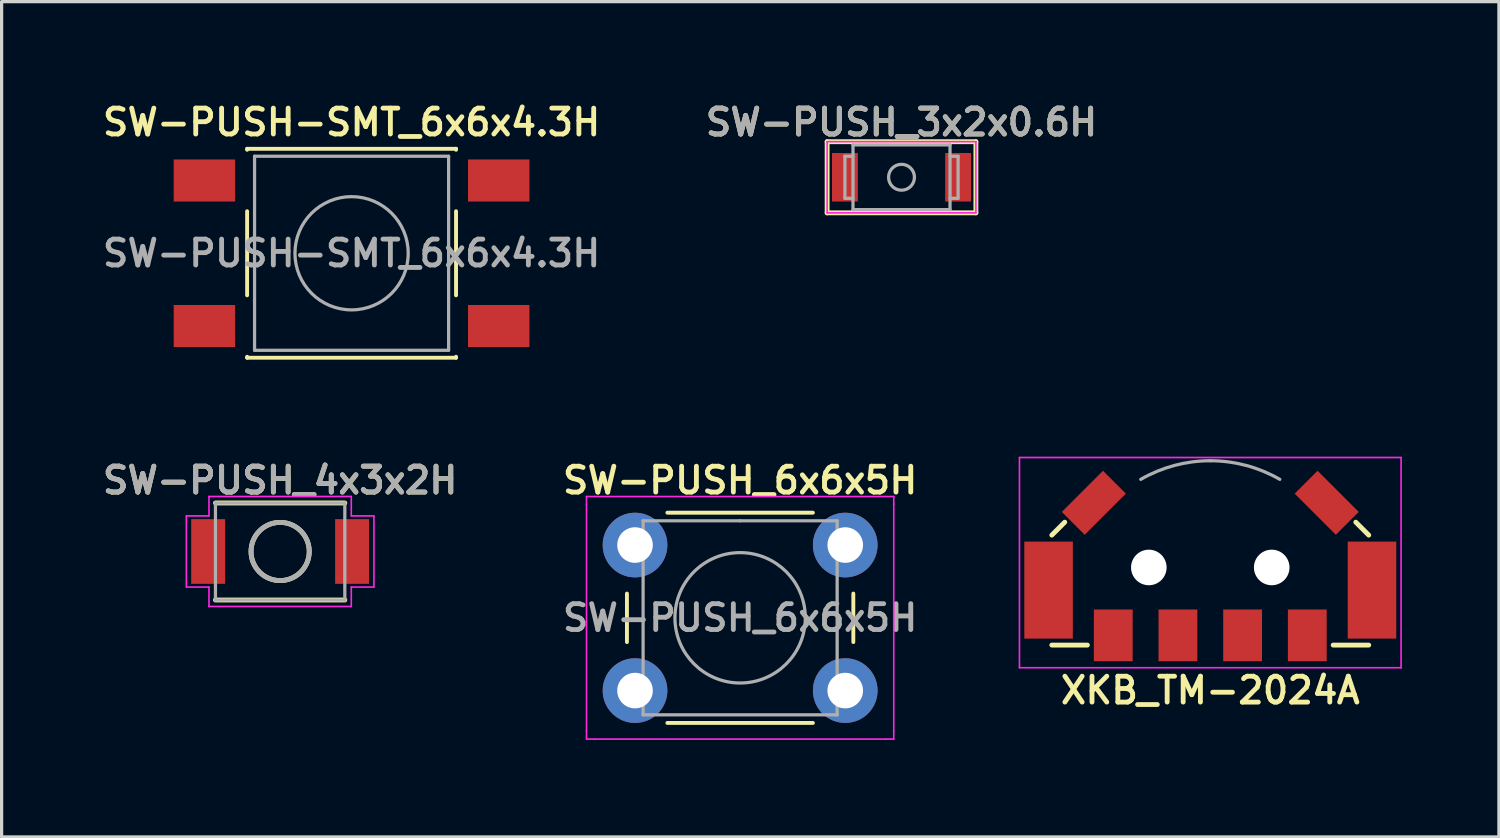
<source format=kicad_pcb>
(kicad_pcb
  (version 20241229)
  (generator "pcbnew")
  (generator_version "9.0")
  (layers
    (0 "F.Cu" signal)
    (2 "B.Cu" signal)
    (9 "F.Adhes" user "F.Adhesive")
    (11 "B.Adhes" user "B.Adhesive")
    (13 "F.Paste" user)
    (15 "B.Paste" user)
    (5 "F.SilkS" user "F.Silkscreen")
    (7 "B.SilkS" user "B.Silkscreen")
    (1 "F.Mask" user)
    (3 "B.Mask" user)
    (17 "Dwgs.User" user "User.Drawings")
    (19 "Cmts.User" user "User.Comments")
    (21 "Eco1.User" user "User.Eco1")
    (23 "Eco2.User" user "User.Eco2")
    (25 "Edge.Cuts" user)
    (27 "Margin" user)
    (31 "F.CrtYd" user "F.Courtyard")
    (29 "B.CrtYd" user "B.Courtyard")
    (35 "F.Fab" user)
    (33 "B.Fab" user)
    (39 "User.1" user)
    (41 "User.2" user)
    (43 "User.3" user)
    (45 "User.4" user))
  (footprint "SW-PUSH_3x2x0.6H"
    (layer "F.Cu")
    (at 24.825 2.431)
    (property "Reference" "SW-PUSH_3x2x0.6H" (at 0 -1.7 0) (layer "F.SilkS") (effects (font (size 0.8 0.8) (thickness 0.15))))
    (attr smd)
    (fp_line (start -2.3 -1.1) (end 2.3 -1.1) (stroke (width 0.15) (type solid)) (layer "F.SilkS"))
    (fp_line (start -2.3 1.1) (end -2.3 -1.1) (stroke (width 0.15) (type solid)) (layer "F.SilkS"))
    (fp_line (start 2.3 -1.1) (end 2.3 1.1) (stroke (width 0.15) (type solid)) (layer "F.SilkS"))
    (fp_line (start 2.3 1.1) (end -2.3 1.1) (stroke (width 0.15) (type solid)) (layer "F.SilkS"))
    (fp_line (start -2.3 -1.1) (end 2.3 -1.1) (stroke (width 0.05) (type solid)) (layer "F.CrtYd"))
    (fp_line (start -2.3 1.1) (end -2.3 -1.1) (stroke (width 0.05) (type solid)) (layer "F.CrtYd"))
    (fp_line (start 2.3 -1.1) (end 2.3 1.1) (stroke (width 0.05) (type solid)) (layer "F.CrtYd"))
    (fp_line (start 2.3 1.1) (end -2.3 1.1) (stroke (width 0.05) (type solid)) (layer "F.CrtYd"))
    (fp_line (start -1.75 -0.65) (end -1.75 0.65) (stroke (width 0.1) (type solid)) (layer "F.Fab"))
    (fp_line (start -1.75 0.65) (end -1.5 0.65) (stroke (width 0.1) (type solid)) (layer "F.Fab"))
    (fp_line (start -1.5 -1) (end 1.5 -1) (stroke (width 0.1) (type solid)) (layer "F.Fab"))
    (fp_line (start -1.5 -0.65) (end -1.75 -0.65) (stroke (width 0.1) (type solid)) (layer "F.Fab"))
    (fp_line (start -1.5 1) (end -1.5 -1) (stroke (width 0.1) (type solid)) (layer "F.Fab"))
    (fp_line (start 1.5 -1) (end 1.5 1) (stroke (width 0.1) (type solid)) (layer "F.Fab"))
    (fp_line (start 1.5 -0.65) (end 1.75 -0.65) (stroke (width 0.1) (type solid)) (layer "F.Fab"))
    (fp_line (start 1.5 1) (end -1.5 1) (stroke (width 0.1) (type solid)) (layer "F.Fab"))
    (fp_line (start 1.75 -0.65) (end 1.75 0.65) (stroke (width 0.1) (type solid)) (layer "F.Fab"))
    (fp_line (start 1.75 0.65) (end 1.5 0.65) (stroke (width 0.1) (type solid)) (layer "F.Fab"))
    (fp_circle (center 0 0) (end 0 -0.4) (stroke (width 0.1) (type solid)) (fill no) (layer "F.Fab"))
    (fp_text user "${REFERENCE}" (at 0 -1.7 0) (layer "F.Fab") (effects (font (size 0.8 0.8) (thickness 0.15))))
    (pad "1" smd rect (at -1.625 0) (size 0.8 1.5) (drill (offset -0.125 0)) (layers "F.Cu" "F.Mask" "F.Paste"))
    (pad "2" smd rect (at 1.625 0) (size 0.8 1.5) (drill (offset 0.125 0)) (layers "F.Cu" "F.Mask" "F.Paste")))
  (footprint "SW-PUSH-SMT_6x6x4.3H"
    (layer "F.Cu")
    (at 7.821 4.781)
    (property "Reference" "SW-PUSH-SMT_6x6x4.3H" (at 0 -4.05 0) (layer "F.SilkS") (effects (font (size 0.8 0.8) (thickness 0.15))))
    (attr smd)
    (fp_line (start -3.23 -3.23) (end 3.23 -3.23) (stroke (width 0.12) (type solid)) (layer "F.SilkS"))
    (fp_line (start -3.23 -3.2) (end -3.23 -3.23) (stroke (width 0.12) (type solid)) (layer "F.SilkS"))
    (fp_line (start -3.23 -1.3) (end -3.23 1.3) (stroke (width 0.12) (type solid)) (layer "F.SilkS"))
    (fp_line (start -3.23 3.23) (end -3.23 3.2) (stroke (width 0.12) (type solid)) (layer "F.SilkS"))
    (fp_line (start -3.23 3.23) (end 3.23 3.23) (stroke (width 0.12) (type solid)) (layer "F.SilkS"))
    (fp_line (start 3.23 -3.23) (end 3.23 -3.2) (stroke (width 0.12) (type solid)) (layer "F.SilkS"))
    (fp_line (start 3.23 -1.3) (end 3.23 1.3) (stroke (width 0.12) (type solid)) (layer "F.SilkS"))
    (fp_line (start 3.23 3.23) (end 3.23 3.2) (stroke (width 0.12) (type solid)) (layer "F.SilkS"))
    (fp_line (start -3 -3) (end -3 3) (stroke (width 0.1) (type solid)) (layer "F.Fab"))
    (fp_line (start -3 3) (end 3 3) (stroke (width 0.1) (type solid)) (layer "F.Fab"))
    (fp_line (start 3 -3) (end -3 -3) (stroke (width 0.1) (type solid)) (layer "F.Fab"))
    (fp_line (start 3 3) (end 3 -3) (stroke (width 0.1) (type solid)) (layer "F.Fab"))
    (fp_circle (center 0 0) (end 1.75 -0.05) (stroke (width 0.1) (type solid)) (fill no) (layer "F.Fab"))
    (fp_text user "${REFERENCE}" (at 0 0 0) (layer "F.Fab") (effects (font (size 0.8 0.8) (thickness 0.15))))
    (pad "1" smd rect (at -4.55 -2.25) (size 1.9 1.3) (layers "F.Cu" "F.Mask" "F.Paste"))
    (pad "1" smd rect (at 4.55 -2.25) (size 1.9 1.3) (layers "F.Cu" "F.Mask" "F.Paste"))
    (pad "2" smd rect (at -4.55 2.25) (size 1.9 1.3) (layers "F.Cu" "F.Mask" "F.Paste"))
    (pad "2" smd rect (at 4.55 2.25) (size 1.9 1.3) (layers "F.Cu" "F.Mask" "F.Paste")))
  (footprint "SW-PUSH_6x6x5H"
    (layer "F.Cu")
    (at 16.585 13.803)
    (property "Reference" "SW-PUSH_6x6x5H" (at 3.25 -2 0) (layer "F.SilkS") (effects (font (size 0.8 0.8) (thickness 0.15))))
    (attr through_hole)
    (fp_line (start -0.25 1.5) (end -0.25 3) (stroke (width 0.12) (type solid)) (layer "F.SilkS"))
    (fp_line (start 1 5.5) (end 5.5 5.5) (stroke (width 0.12) (type solid)) (layer "F.SilkS"))
    (fp_line (start 5.5 -1) (end 1 -1) (stroke (width 0.12) (type solid)) (layer "F.SilkS"))
    (fp_line (start 6.75 3) (end 6.75 1.5) (stroke (width 0.12) (type solid)) (layer "F.SilkS"))
    (fp_line (start -1.5 -1.5) (end -1.25 -1.5) (stroke (width 0.05) (type solid)) (layer "F.CrtYd"))
    (fp_line (start -1.5 -1.25) (end -1.5 -1.5) (stroke (width 0.05) (type solid)) (layer "F.CrtYd"))
    (fp_line (start -1.5 5.75) (end -1.5 -1.25) (stroke (width 0.05) (type solid)) (layer "F.CrtYd"))
    (fp_line (start -1.5 5.75) (end -1.5 6) (stroke (width 0.05) (type solid)) (layer "F.CrtYd"))
    (fp_line (start -1.5 6) (end -1.25 6) (stroke (width 0.05) (type solid)) (layer "F.CrtYd"))
    (fp_line (start -1.25 -1.5) (end 7.75 -1.5) (stroke (width 0.05) (type solid)) (layer "F.CrtYd"))
    (fp_line (start 7.75 -1.5) (end 8 -1.5) (stroke (width 0.05) (type solid)) (layer "F.CrtYd"))
    (fp_line (start 7.75 6) (end -1.25 6) (stroke (width 0.05) (type solid)) (layer "F.CrtYd"))
    (fp_line (start 7.75 6) (end 8 6) (stroke (width 0.05) (type solid)) (layer "F.CrtYd"))
    (fp_line (start 8 -1.5) (end 8 -1.25) (stroke (width 0.05) (type solid)) (layer "F.CrtYd"))
    (fp_line (start 8 -1.25) (end 8 5.75) (stroke (width 0.05) (type solid)) (layer "F.CrtYd"))
    (fp_line (start 8 6) (end 8 5.75) (stroke (width 0.05) (type solid)) (layer "F.CrtYd"))
    (fp_line (start 0.25 -0.75) (end 3.25 -0.75) (stroke (width 0.1) (type solid)) (layer "F.Fab"))
    (fp_line (start 0.25 5.25) (end 0.25 -0.75) (stroke (width 0.1) (type solid)) (layer "F.Fab"))
    (fp_line (start 3.25 -0.75) (end 6.25 -0.75) (stroke (width 0.1) (type solid)) (layer "F.Fab"))
    (fp_line (start 6.25 -0.75) (end 6.25 5.25) (stroke (width 0.1) (type solid)) (layer "F.Fab"))
    (fp_line (start 6.25 5.25) (end 0.25 5.25) (stroke (width 0.1) (type solid)) (layer "F.Fab"))
    (fp_circle (center 3.25 2.25) (end 1.25 2.5) (stroke (width 0.1) (type solid)) (fill no) (layer "F.Fab"))
    (fp_text user "${REFERENCE}" (at 3.25 2.25 0) (layer "F.Fab") (effects (font (size 0.8 0.8) (thickness 0.15))))
    (pad "1" thru_hole circle (at 0 0 90) (size 2 2) (drill 1.1) (layers "*.Cu" "*.Mask"))
    (pad "1" thru_hole circle (at 6.5 0 90) (size 2 2) (drill 1.1) (layers "*.Cu" "*.Mask"))
    (pad "2" thru_hole circle (at 0 4.5 90) (size 2 2) (drill 1.1) (layers "*.Cu" "*.Mask"))
    (pad "2" thru_hole circle (at 6.5 4.5 90) (size 2 2) (drill 1.1) (layers "*.Cu" "*.Mask")))
  (footprint "SW-PUSH_4x3x2H"
    (layer "F.Cu")
    (at 5.612 14.002)
    (property "Reference" "SW-PUSH_4x3x2H" (at 0 -2.2 0) (layer "F.SilkS") (effects (font (size 0.8 0.8) (thickness 0.15))))
    (attr smd)
    (fp_line (start -2 -1.5) (end 2 -1.5) (stroke (width 0.15) (type solid)) (layer "F.SilkS"))
    (fp_line (start -2 1.5) (end 2 1.5) (stroke (width 0.15) (type solid)) (layer "F.SilkS"))
    (fp_circle (center 0 0) (end 0.9 0) (stroke (width 0.15) (type solid)) (fill no) (layer "F.SilkS"))
    (fp_line (start -2.9 -1.1) (end -2.2 -1.1) (stroke (width 0.05) (type solid)) (layer "F.CrtYd"))
    (fp_line (start -2.9 1.1) (end -2.9 -1.1) (stroke (width 0.05) (type solid)) (layer "F.CrtYd"))
    (fp_line (start -2.2 -1.7) (end 2.2 -1.7) (stroke (width 0.05) (type solid)) (layer "F.CrtYd"))
    (fp_line (start -2.2 -1.1) (end -2.2 -1.7) (stroke (width 0.05) (type solid)) (layer "F.CrtYd"))
    (fp_line (start -2.2 1.1) (end -2.9 1.1) (stroke (width 0.05) (type solid)) (layer "F.CrtYd"))
    (fp_line (start -2.2 1.7) (end -2.2 1.1) (stroke (width 0.05) (type solid)) (layer "F.CrtYd"))
    (fp_line (start 2.2 -1.7) (end 2.2 -1.1) (stroke (width 0.05) (type solid)) (layer "F.CrtYd"))
    (fp_line (start 2.2 -1.1) (end 2.9 -1.1) (stroke (width 0.05) (type solid)) (layer "F.CrtYd"))
    (fp_line (start 2.2 1.1) (end 2.2 1.7) (stroke (width 0.05) (type solid)) (layer "F.CrtYd"))
    (fp_line (start 2.2 1.7) (end -2.2 1.7) (stroke (width 0.05) (type solid)) (layer "F.CrtYd"))
    (fp_line (start 2.9 -1.1) (end 2.9 1.1) (stroke (width 0.05) (type solid)) (layer "F.CrtYd"))
    (fp_line (start 2.9 1.1) (end 2.2 1.1) (stroke (width 0.05) (type solid)) (layer "F.CrtYd"))
    (fp_line (start -2 -1.5) (end 2 -1.5) (stroke (width 0.1) (type solid)) (layer "F.Fab"))
    (fp_line (start -2 1.5) (end -2 -1.5) (stroke (width 0.1) (type solid)) (layer "F.Fab"))
    (fp_line (start -2 1.5) (end 2 1.5) (stroke (width 0.1) (type solid)) (layer "F.Fab"))
    (fp_line (start 2 1.5) (end 2 -1.5) (stroke (width 0.1) (type solid)) (layer "F.Fab"))
    (fp_circle (center 0 0) (end 0.9 0) (stroke (width 0.15) (type solid)) (fill no) (layer "F.Fab"))
    (fp_text user "${REFERENCE}" (at 0 -2.2 0) (layer "F.Fab") (effects (font (size 0.8 0.8) (thickness 0.15))))
    (pad "1" smd rect (at -2.225 0) (size 1.05 2) (layers "F.Cu" "F.Mask" "F.Paste"))
    (pad "2" smd rect (at 2.225 0) (size 1.05 2) (layers "F.Cu" "F.Mask" "F.Paste")))
  (footprint "XKB_TM-2024A"
    (layer "F.Cu")
    (at 34.372 15.496)
    (property "Reference" "XKB_TM-2024A" (at 0 2.8 0) (layer "F.SilkS") (effects (font (size 0.8 0.8) (thickness 0.15))))
    (attr smd)
    (fp_line (start -4.9 -2) (end -4.5 -2.4) (stroke (width 0.15) (type solid)) (layer "F.SilkS"))
    (fp_line (start -4.9 1.4) (end -3.8 1.4) (stroke (width 0.15) (type solid)) (layer "F.SilkS"))
    (fp_line (start 4.9 -2) (end 4.5 -2.4) (stroke (width 0.15) (type solid)) (layer "F.SilkS"))
    (fp_line (start 4.9 1.4) (end 3.8 1.4) (stroke (width 0.15) (type solid)) (layer "F.SilkS"))
    (fp_line (start -5.9 -4.4) (end 5.9 -4.4) (stroke (width 0.05) (type solid)) (layer "F.CrtYd"))
    (fp_line (start -5.9 2.1) (end -5.9 -4.4) (stroke (width 0.05) (type solid)) (layer "F.CrtYd"))
    (fp_line (start 5.9 -4.4) (end 5.9 2.1) (stroke (width 0.05) (type solid)) (layer "F.CrtYd"))
    (fp_line (start 5.9 2.1) (end -5.9 2.1) (stroke (width 0.05) (type solid)) (layer "F.CrtYd"))
    (fp_arc (start -2.15 -3.723909) (mid -1.112922 -4.153481) (end 0 -4.3) (stroke (width 0.1) (type solid)) (layer "F.Fab"))
    (fp_arc (start 0 -4.3) (mid 1.112922 -4.153481) (end 2.15 -3.723909) (stroke (width 0.1) (type solid)) (layer "F.Fab"))
    (pad "" np_thru_hole circle (at -1.9 -1) (size 1.1 1.1) (drill 1.1) (layers "*.Cu" "*.Mask"))
    (pad "" np_thru_hole circle (at 1.9 -1) (size 1.1 1.1) (drill 1.1) (layers "*.Cu" "*.Mask"))
    (pad "1" smd rect (at 3 1.1) (size 1.2 1.6) (layers "F.Cu" "F.Mask" "F.Paste"))
    (pad "2" smd rect (at -3 1.1) (size 1.2 1.6) (layers "F.Cu" "F.Mask" "F.Paste"))
    (pad "C" smd rect (at 1 1.1) (size 1.2 1.6) (layers "F.Cu" "F.Mask" "F.Paste"))
    (pad "M" smd rect (at -5 -0.3) (size 1.5 3) (layers "F.Cu" "F.Mask" "F.Paste"))
    (pad "M" smd rect (at -3.6 -3 45) (size 1.8 1) (layers "F.Cu" "F.Mask" "F.Paste"))
    (pad "M" smd rect (at 3.6 -3 315) (size 1.8 1) (layers "F.Cu" "F.Mask" "F.Paste"))
    (pad "M" smd rect (at 5 -0.3) (size 1.5 3) (layers "F.Cu" "F.Mask" "F.Paste"))
    (pad "T" smd rect (at -1 1.1) (size 1.2 1.6) (layers "F.Cu" "F.Mask" "F.Paste")))
  (gr_rect
    (start -3 -3)
    (end 43.297 22.828)
    (stroke (width 0.1) (type default))
    (fill no)
    (layer "Edge.Cuts")))
</source>
